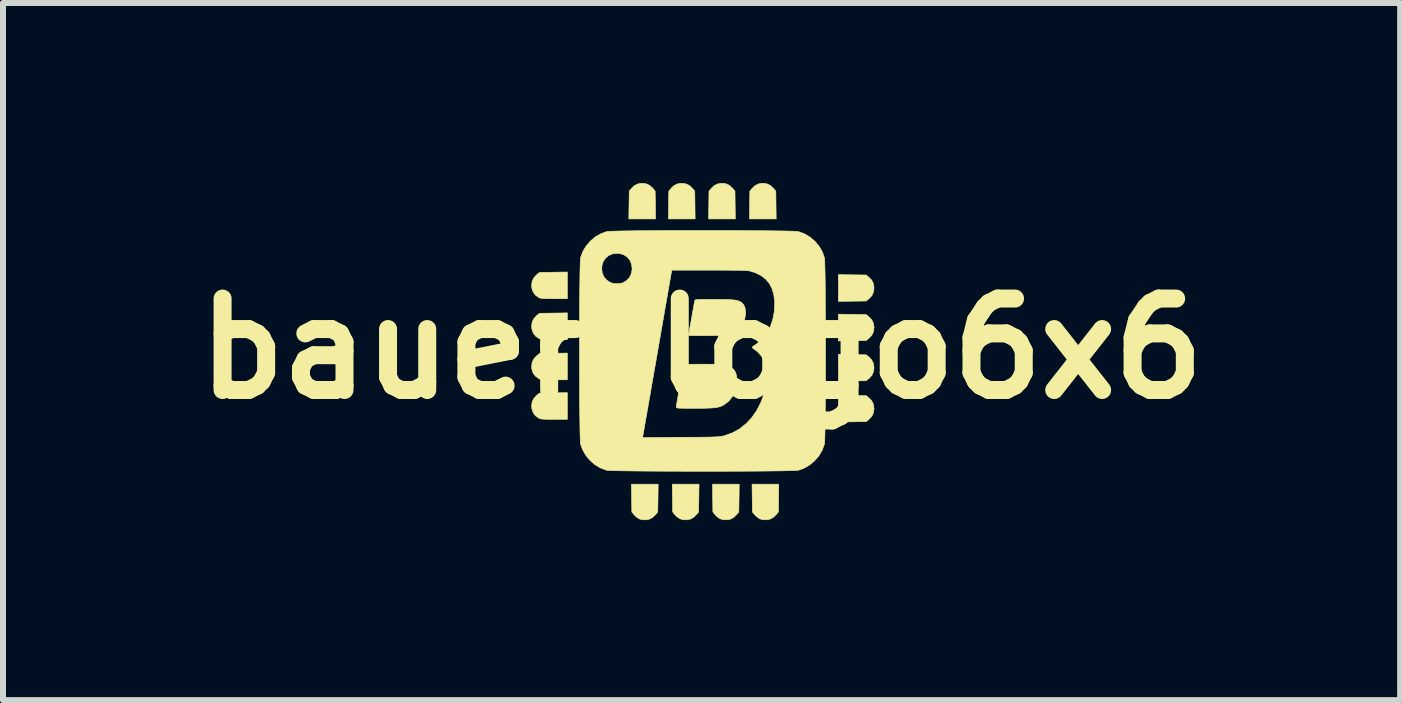
<source format=kicad_pcb>
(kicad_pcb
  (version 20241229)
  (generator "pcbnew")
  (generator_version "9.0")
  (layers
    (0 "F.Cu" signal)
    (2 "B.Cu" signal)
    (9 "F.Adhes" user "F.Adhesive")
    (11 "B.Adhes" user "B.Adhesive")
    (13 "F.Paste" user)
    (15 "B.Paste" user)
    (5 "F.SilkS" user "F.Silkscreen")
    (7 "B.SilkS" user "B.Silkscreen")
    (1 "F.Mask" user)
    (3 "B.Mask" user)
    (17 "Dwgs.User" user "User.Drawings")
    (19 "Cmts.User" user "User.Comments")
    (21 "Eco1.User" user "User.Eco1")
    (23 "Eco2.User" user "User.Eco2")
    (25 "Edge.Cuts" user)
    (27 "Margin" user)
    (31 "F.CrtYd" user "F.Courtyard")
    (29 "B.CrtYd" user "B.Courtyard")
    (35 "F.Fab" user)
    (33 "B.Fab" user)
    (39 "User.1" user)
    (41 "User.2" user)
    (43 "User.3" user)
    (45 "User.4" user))
  (footprint "bauerslogo6x6"
    (layer "F.Cu")
    (at 8.643 2.761)
    (property "Reference" "bauerslogo6x6" (at 0 0 0) (layer "F.SilkS") (effects (font (size 1.524 1.524) (thickness 0.3))))
    (attr through_hole)
    (fp_poly (pts (xy -0.922 -2.747) (xy -0.865 -2.721) (xy -0.814 -2.675) (xy -0.806 -2.666) (xy -0.773 -2.625) (xy -0.766 -2.162) (xy -1.212 -2.162) (xy -1.205 -2.625) (xy -1.172 -2.666) (xy -1.122 -2.715) (xy -1.066 -2.744) (xy -1.001 -2.756) (xy -0.989 -2.756) (xy -0.922 -2.747)) (stroke (width 0.01) (type solid)) (fill yes) (layer "F.SilkS"))
    (fp_poly (pts (xy -0.263 -2.747) (xy -0.205 -2.721) (xy -0.155 -2.675) (xy -0.147 -2.666) (xy -0.113 -2.625) (xy -0.107 -2.162) (xy -0.552 -2.162) (xy -0.546 -2.625) (xy -0.512 -2.666) (xy -0.463 -2.715) (xy -0.407 -2.744) (xy -0.341 -2.756) (xy -0.33 -2.756) (xy -0.263 -2.747)) (stroke (width 0.01) (type solid)) (fill yes) (layer "F.SilkS"))
    (fp_poly (pts (xy 1.089 -2.747) (xy 1.146 -2.721) (xy 1.196 -2.675) (xy 1.204 -2.666) (xy 1.238 -2.625) (xy 1.244 -2.162) (xy 0.799 -2.162) (xy 0.805 -2.625) (xy 0.839 -2.666) (xy 0.889 -2.715) (xy 0.944 -2.744) (xy 1.01 -2.756) (xy 1.021 -2.756) (xy 1.089 -2.747)) (stroke (width 0.01) (type solid)) (fill yes) (layer "F.SilkS"))
    (fp_poly (pts (xy 2.743 -1.227) (xy 2.785 -1.193) (xy 2.834 -1.143) (xy 2.863 -1.088) (xy 2.874 -1.022) (xy 2.875 -1.011) (xy 2.866 -0.943) (xy 2.84 -0.886) (xy 2.794 -0.836) (xy 2.785 -0.828) (xy 2.743 -0.794) (xy 2.281 -0.788) (xy 2.281 -1.233) (xy 2.743 -1.227)) (stroke (width 0.01) (type solid)) (fill yes) (layer "F.SilkS"))
    (fp_poly (pts (xy 2.743 0.103) (xy 2.785 0.136) (xy 2.834 0.186) (xy 2.863 0.242) (xy 2.874 0.307) (xy 2.875 0.319) (xy 2.866 0.386) (xy 2.84 0.443) (xy 2.794 0.494) (xy 2.785 0.502) (xy 2.743 0.535) (xy 2.281 0.542) (xy 2.281 0.096) (xy 2.743 0.103)) (stroke (width 0.01) (type solid)) (fill yes) (layer "F.SilkS"))
    (fp_poly (pts (xy 2.743 0.784) (xy 2.785 0.817) (xy 2.834 0.867) (xy 2.863 0.923) (xy 2.874 0.988) (xy 2.875 1) (xy 2.866 1.067) (xy 2.84 1.124) (xy 2.794 1.175) (xy 2.785 1.183) (xy 2.743 1.216) (xy 2.281 1.223) (xy 2.281 0.777) (xy 2.743 0.784)) (stroke (width 0.01) (type solid)) (fill yes) (layer "F.SilkS"))
    (fp_poly (pts (xy 0.408 -2.747) (xy 0.465 -2.721) (xy 0.515 -2.675) (xy 0.523 -2.666) (xy 0.557 -2.625) (xy 0.56 -2.393) (xy 0.563 -2.162) (xy 0.118 -2.162) (xy 0.121 -2.393) (xy 0.124 -2.625) (xy 0.158 -2.666) (xy 0.208 -2.715) (xy 0.264 -2.744) (xy 0.329 -2.756) (xy 0.34 -2.756) (xy 0.408 -2.747)) (stroke (width 0.01) (type solid)) (fill yes) (layer "F.SilkS"))
    (fp_poly (pts (xy 2.512 -0.571) (xy 2.743 -0.567) (xy 2.785 -0.534) (xy 2.834 -0.484) (xy 2.863 -0.428) (xy 2.874 -0.363) (xy 2.875 -0.351) (xy 2.866 -0.284) (xy 2.84 -0.227) (xy 2.794 -0.176) (xy 2.785 -0.169) (xy 2.743 -0.135) (xy 2.512 -0.132) (xy 2.281 -0.129) (xy 2.281 -0.574) (xy 2.512 -0.571)) (stroke (width 0.01) (type solid)) (fill yes) (layer "F.SilkS"))
    (fp_poly (pts (xy -0.726 2.49) (xy -0.73 2.722) (xy -0.763 2.763) (xy -0.813 2.812) (xy -0.869 2.842) (xy -0.934 2.853) (xy -0.946 2.853) (xy -0.998 2.849) (xy -1.04 2.836) (xy -1.053 2.829) (xy -1.087 2.805) (xy -1.12 2.773) (xy -1.128 2.763) (xy -1.162 2.722) (xy -1.165 2.49) (xy -1.169 2.259) (xy -0.723 2.259) (xy -0.726 2.49)) (stroke (width 0.01) (type solid)) (fill yes) (layer "F.SilkS"))
    (fp_poly (pts (xy -0.045 2.49) (xy -0.049 2.722) (xy -0.082 2.763) (xy -0.132 2.812) (xy -0.188 2.842) (xy -0.253 2.853) (xy -0.265 2.853) (xy -0.317 2.849) (xy -0.359 2.836) (xy -0.372 2.829) (xy -0.406 2.805) (xy -0.439 2.773) (xy -0.448 2.763) (xy -0.481 2.722) (xy -0.484 2.49) (xy -0.488 2.259) (xy -0.042 2.259) (xy -0.045 2.49)) (stroke (width 0.01) (type solid)) (fill yes) (layer "F.SilkS"))
    (fp_poly (pts (xy 0.625 2.49) (xy 0.621 2.722) (xy 0.588 2.763) (xy 0.538 2.812) (xy 0.482 2.842) (xy 0.417 2.853) (xy 0.405 2.853) (xy 0.353 2.849) (xy 0.311 2.836) (xy 0.298 2.829) (xy 0.264 2.805) (xy 0.231 2.773) (xy 0.223 2.763) (xy 0.189 2.722) (xy 0.186 2.49) (xy 0.183 2.259) (xy 0.628 2.259) (xy 0.625 2.49)) (stroke (width 0.01) (type solid)) (fill yes) (layer "F.SilkS"))
    (fp_poly (pts (xy 1.284 2.49) (xy 1.281 2.722) (xy 1.247 2.763) (xy 1.197 2.812) (xy 1.142 2.842) (xy 1.076 2.853) (xy 1.065 2.853) (xy 1.012 2.849) (xy 0.97 2.836) (xy 0.958 2.829) (xy 0.924 2.805) (xy 0.891 2.773) (xy 0.882 2.763) (xy 0.848 2.722) (xy 0.845 2.49) (xy 0.842 2.259) (xy 1.287 2.259) (xy 1.284 2.49)) (stroke (width 0.01) (type solid)) (fill yes) (layer "F.SilkS"))
    (fp_poly (pts (xy -2.237 -0.832) (xy -2.456 -0.832) (xy -2.535 -0.833) (xy -2.594 -0.834) (xy -2.639 -0.836) (xy -2.67 -0.839) (xy -2.692 -0.843) (xy -2.708 -0.849) (xy -2.766 -0.89) (xy -2.806 -0.943) (xy -2.828 -1.007) (xy -2.832 -1.056) (xy -2.823 -1.123) (xy -2.795 -1.181) (xy -2.747 -1.232) (xy -2.742 -1.237) (xy -2.7 -1.27) (xy -2.237 -1.277) (xy -2.237 -0.832)) (stroke (width 0.01) (type solid)) (fill yes) (layer "F.SilkS"))
    (fp_poly (pts (xy -2.237 0.519) (xy -2.456 0.519) (xy -2.535 0.518) (xy -2.594 0.517) (xy -2.639 0.515) (xy -2.67 0.512) (xy -2.692 0.508) (xy -2.708 0.502) (xy -2.766 0.461) (xy -2.806 0.408) (xy -2.828 0.344) (xy -2.832 0.295) (xy -2.823 0.228) (xy -2.795 0.17) (xy -2.747 0.119) (xy -2.742 0.115) (xy -2.7 0.081) (xy -2.237 0.074) (xy -2.237 0.519)) (stroke (width 0.01) (type solid)) (fill yes) (layer "F.SilkS"))
    (fp_poly (pts (xy -2.237 1.178) (xy -2.456 1.178) (xy -2.535 1.178) (xy -2.594 1.177) (xy -2.639 1.175) (xy -2.67 1.172) (xy -2.692 1.167) (xy -2.708 1.161) (xy -2.766 1.12) (xy -2.806 1.067) (xy -2.828 1.003) (xy -2.832 0.954) (xy -2.823 0.887) (xy -2.795 0.83) (xy -2.747 0.779) (xy -2.742 0.774) (xy -2.7 0.74) (xy -2.237 0.734) (xy -2.237 1.178)) (stroke (width 0.01) (type solid)) (fill yes) (layer "F.SilkS"))
    (fp_poly (pts (xy -2.237 -0.151) (xy -2.456 -0.151) (xy -2.535 -0.152) (xy -2.594 -0.153) (xy -2.639 -0.155) (xy -2.67 -0.158) (xy -2.692 -0.162) (xy -2.708 -0.168) (xy -2.766 -0.209) (xy -2.806 -0.262) (xy -2.828 -0.326) (xy -2.832 -0.375) (xy -2.823 -0.442) (xy -2.795 -0.5) (xy -2.747 -0.551) (xy -2.742 -0.556) (xy -2.7 -0.589) (xy -2.469 -0.592) (xy -2.237 -0.596) (xy -2.237 -0.151)) (stroke (width 0.01) (type solid)) (fill yes) (layer "F.SilkS"))
    (fp_poly (pts (xy 0.203 -0.821) (xy 0.31 -0.821) (xy 0.398 -0.819) (xy 0.468 -0.817) (xy 0.525 -0.813) (xy 0.569 -0.807) (xy 0.605 -0.799) (xy 0.633 -0.789) (xy 0.657 -0.776) (xy 0.668 -0.769) (xy 0.704 -0.73) (xy 0.726 -0.676) (xy 0.734 -0.606) (xy 0.733 -0.57) (xy 0.717 -0.48) (xy 0.684 -0.402) (xy 0.634 -0.336) (xy 0.568 -0.284) (xy 0.488 -0.247) (xy 0.405 -0.227) (xy 0.378 -0.225) (xy 0.335 -0.223) (xy 0.28 -0.221) (xy 0.216 -0.219) (xy 0.147 -0.218) (xy 0.076 -0.217) (xy 0.006 -0.216) (xy -0.06 -0.216) (xy -0.118 -0.217) (xy -0.166 -0.218) (xy -0.199 -0.219) (xy -0.215 -0.221) (xy -0.216 -0.222) (xy -0.214 -0.235) (xy -0.209 -0.265) (xy -0.201 -0.311) (xy -0.192 -0.367) (xy -0.18 -0.43) (xy -0.168 -0.498) (xy -0.156 -0.567) (xy -0.144 -0.632) (xy -0.133 -0.692) (xy -0.124 -0.742) (xy -0.117 -0.779) (xy -0.113 -0.8) (xy -0.112 -0.803) (xy -0.109 -0.808) (xy -0.102 -0.812) (xy -0.089 -0.816) (xy -0.067 -0.818) (xy -0.034 -0.82) (xy 0.012 -0.821) (xy 0.074 -0.821) (xy 0.154 -0.821) (xy 0.203 -0.821)) (stroke (width 0.01) (type solid)) (fill yes) (layer "F.SilkS"))
    (fp_poly (pts (xy 0.135 0.26) (xy 0.22 0.26) (xy 0.289 0.262) (xy 0.344 0.265) (xy 0.387 0.27) (xy 0.421 0.277) (xy 0.448 0.286) (xy 0.471 0.297) (xy 0.493 0.311) (xy 0.503 0.319) (xy 0.544 0.358) (xy 0.571 0.404) (xy 0.585 0.463) (xy 0.589 0.53) (xy 0.579 0.631) (xy 0.552 0.725) (xy 0.508 0.808) (xy 0.449 0.879) (xy 0.377 0.934) (xy 0.351 0.948) (xy 0.323 0.961) (xy 0.293 0.971) (xy 0.259 0.979) (xy 0.217 0.985) (xy 0.165 0.989) (xy 0.101 0.992) (xy 0.021 0.994) (xy -0.076 0.994) (xy -0.114 0.994) (xy -0.204 0.994) (xy -0.274 0.994) (xy -0.328 0.993) (xy -0.366 0.992) (xy -0.393 0.99) (xy -0.409 0.987) (xy -0.418 0.984) (xy -0.421 0.979) (xy -0.422 0.975) (xy -0.42 0.961) (xy -0.415 0.927) (xy -0.407 0.878) (xy -0.396 0.815) (xy -0.384 0.742) (xy -0.37 0.661) (xy -0.362 0.614) (xy -0.348 0.53) (xy -0.334 0.454) (xy -0.323 0.387) (xy -0.314 0.332) (xy -0.307 0.292) (xy -0.303 0.27) (xy -0.303 0.265) (xy -0.292 0.264) (xy -0.263 0.262) (xy -0.217 0.261) (xy -0.157 0.26) (xy -0.087 0.26) (xy -0.007 0.259) (xy 0.031 0.259) (xy 0.135 0.26)) (stroke (width 0.01) (type solid)) (fill yes) (layer "F.SilkS"))
    (fp_poly (pts (xy 0.143 -1.969) (xy 0.305 -1.969) (xy 0.465 -1.969) (xy 0.62 -1.968) (xy 0.77 -1.967) (xy 0.912 -1.966) (xy 1.046 -1.965) (xy 1.169 -1.964) (xy 1.28 -1.962) (xy 1.378 -1.961) (xy 1.462 -1.959) (xy 1.529 -1.957) (xy 1.578 -1.955) (xy 1.607 -1.952) (xy 1.614 -1.951) (xy 1.715 -1.914) (xy 1.809 -1.858) (xy 1.892 -1.787) (xy 1.962 -1.703) (xy 2.016 -1.608) (xy 2.048 -1.516) (xy 2.051 -1.496) (xy 2.053 -1.455) (xy 2.055 -1.396) (xy 2.057 -1.32) (xy 2.059 -1.229) (xy 2.061 -1.123) (xy 2.062 -1.005) (xy 2.063 -0.877) (xy 2.064 -0.739) (xy 2.065 -0.593) (xy 2.066 -0.441) (xy 2.066 -0.285) (xy 2.066 -0.125) (xy 2.067 0.036) (xy 2.066 0.197) (xy 2.066 0.357) (xy 2.066 0.513) (xy 2.065 0.665) (xy 2.064 0.811) (xy 2.063 0.949) (xy 2.062 1.078) (xy 2.061 1.196) (xy 2.059 1.302) (xy 2.057 1.394) (xy 2.055 1.47) (xy 2.053 1.53) (xy 2.051 1.571) (xy 2.048 1.592) (xy 2.048 1.592) (xy 2.011 1.694) (xy 1.955 1.787) (xy 1.884 1.87) (xy 1.8 1.94) (xy 1.706 1.994) (xy 1.614 2.027) (xy 1.594 2.029) (xy 1.554 2.031) (xy 1.495 2.033) (xy 1.419 2.035) (xy 1.328 2.037) (xy 1.223 2.038) (xy 1.105 2.04) (xy 0.976 2.041) (xy 0.838 2.042) (xy 0.692 2.043) (xy 0.539 2.043) (xy 0.381 2.044) (xy 0.22 2.044) (xy 0.057 2.044) (xy -0.106 2.044) (xy -0.268 2.044) (xy -0.428 2.043) (xy -0.584 2.043) (xy -0.733 2.042) (xy -0.876 2.041) (xy -1.01 2.04) (xy -1.134 2.039) (xy -1.246 2.037) (xy -1.345 2.036) (xy -1.429 2.034) (xy -1.497 2.032) (xy -1.547 2.03) (xy -1.578 2.027) (xy -1.586 2.026) (xy -1.686 1.988) (xy -1.779 1.932) (xy -1.861 1.861) (xy -1.93 1.776) (xy -1.984 1.682) (xy -2.016 1.592) (xy -2.018 1.572) (xy -2.021 1.531) (xy -2.022 1.482) (xy -0.984 1.482) (xy -0.344 1.478) (xy -0.21 1.477) (xy -0.095 1.477) (xy 0.001 1.476) (xy 0.081 1.475) (xy 0.147 1.474) (xy 0.201 1.472) (xy 0.244 1.471) (xy 0.279 1.468) (xy 0.306 1.466) (xy 0.329 1.463) (xy 0.348 1.459) (xy 0.367 1.455) (xy 0.384 1.45) (xy 0.513 1.404) (xy 0.632 1.339) (xy 0.738 1.255) (xy 0.834 1.154) (xy 0.917 1.035) (xy 0.988 0.899) (xy 0.993 0.886) (xy 1.031 0.783) (xy 1.058 0.673) (xy 1.075 0.56) (xy 1.081 0.45) (xy 1.075 0.346) (xy 1.059 0.252) (xy 1.037 0.188) (xy 1.013 0.146) (xy 0.977 0.099) (xy 0.935 0.054) (xy 0.892 0.019) (xy 0.879 0.01) (xy 0.852 -0.009) (xy 0.845 -0.024) (xy 0.858 -0.038) (xy 0.875 -0.049) (xy 0.91 -0.072) (xy 0.952 -0.108) (xy 0.998 -0.151) (xy 1.041 -0.199) (xy 1.077 -0.244) (xy 1.09 -0.262) (xy 1.146 -0.367) (xy 1.187 -0.484) (xy 1.211 -0.609) (xy 1.219 -0.739) (xy 1.218 -0.785) (xy 1.204 -0.901) (xy 1.174 -1.003) (xy 1.128 -1.09) (xy 1.066 -1.162) (xy 0.988 -1.221) (xy 0.893 -1.267) (xy 0.816 -1.291) (xy 0.8 -1.295) (xy 0.779 -1.298) (xy 0.751 -1.3) (xy 0.716 -1.303) (xy 0.672 -1.304) (xy 0.615 -1.306) (xy 0.546 -1.306) (xy 0.462 -1.307) (xy 0.361 -1.308) (xy 0.242 -1.308) (xy 0.128 -1.308) (xy -0.495 -1.308) (xy -0.502 -1.278) (xy -0.504 -1.264) (xy -0.51 -1.23) (xy -0.519 -1.177) (xy -0.532 -1.107) (xy -0.547 -1.02) (xy -0.564 -0.919) (xy -0.584 -0.805) (xy -0.607 -0.678) (xy -0.63 -0.541) (xy -0.656 -0.394) (xy -0.683 -0.238) (xy -0.711 -0.076) (xy -0.74 0.091) (xy -0.74 0.092) (xy -0.769 0.259) (xy -0.798 0.421) (xy -0.825 0.576) (xy -0.85 0.723) (xy -0.874 0.86) (xy -0.896 0.987) (xy -0.916 1.101) (xy -0.934 1.201) (xy -0.949 1.287) (xy -0.961 1.357) (xy -0.97 1.41) (xy -0.976 1.443) (xy -0.979 1.457) (xy -0.979 1.457) (xy -0.984 1.482) (xy -2.022 1.482) (xy -2.023 1.472) (xy -2.025 1.396) (xy -2.027 1.304) (xy -2.028 1.199) (xy -2.03 1.081) (xy -2.031 0.952) (xy -2.032 0.814) (xy -2.033 0.669) (xy -2.033 0.517) (xy -2.034 0.36) (xy -2.034 0.201) (xy -2.034 0.04) (xy -2.034 -0.121) (xy -2.034 -0.281) (xy -2.033 -0.438) (xy -2.033 -0.59) (xy -2.032 -0.735) (xy -2.031 -0.873) (xy -2.03 -1.002) (xy -2.028 -1.12) (xy -2.027 -1.226) (xy -2.025 -1.318) (xy -2.024 -1.337) (xy -1.664 -1.337) (xy -1.655 -1.262) (xy -1.627 -1.197) (xy -1.582 -1.143) (xy -1.521 -1.103) (xy -1.519 -1.101) (xy -1.468 -1.087) (xy -1.409 -1.082) (xy -1.35 -1.086) (xy -1.31 -1.098) (xy -1.249 -1.134) (xy -1.201 -1.186) (xy -1.17 -1.249) (xy -1.157 -1.322) (xy -1.157 -1.335) (xy -1.167 -1.409) (xy -1.194 -1.474) (xy -1.238 -1.526) (xy -1.295 -1.564) (xy -1.363 -1.585) (xy -1.411 -1.589) (xy -1.485 -1.579) (xy -1.549 -1.551) (xy -1.601 -1.508) (xy -1.639 -1.451) (xy -1.66 -1.383) (xy -1.664 -1.337) (xy -2.024 -1.337) (xy -2.023 -1.395) (xy -2.021 -1.454) (xy -2.018 -1.495) (xy -2.016 -1.516) (xy -2.016 -1.516) (xy -1.979 -1.618) (xy -1.923 -1.711) (xy -1.852 -1.794) (xy -1.768 -1.864) (xy -1.673 -1.918) (xy -1.581 -1.951) (xy -1.561 -1.954) (xy -1.52 -1.956) (xy -1.461 -1.958) (xy -1.385 -1.96) (xy -1.294 -1.962) (xy -1.188 -1.963) (xy -1.07 -1.965) (xy -0.941 -1.966) (xy -0.802 -1.967) (xy -0.656 -1.968) (xy -0.503 -1.968) (xy -0.345 -1.969) (xy -0.184 -1.969) (xy -0.02 -1.969) (xy 0.143 -1.969)) (stroke (width 0.01) (type solid)) (fill yes) (layer "F.SilkS")))
  (gr_rect
    (start -3 -3)
    (end 20.287 8.619)
    (stroke (width 0.1) (type default))
    (fill no)
    (layer "Edge.Cuts")))
</source>
